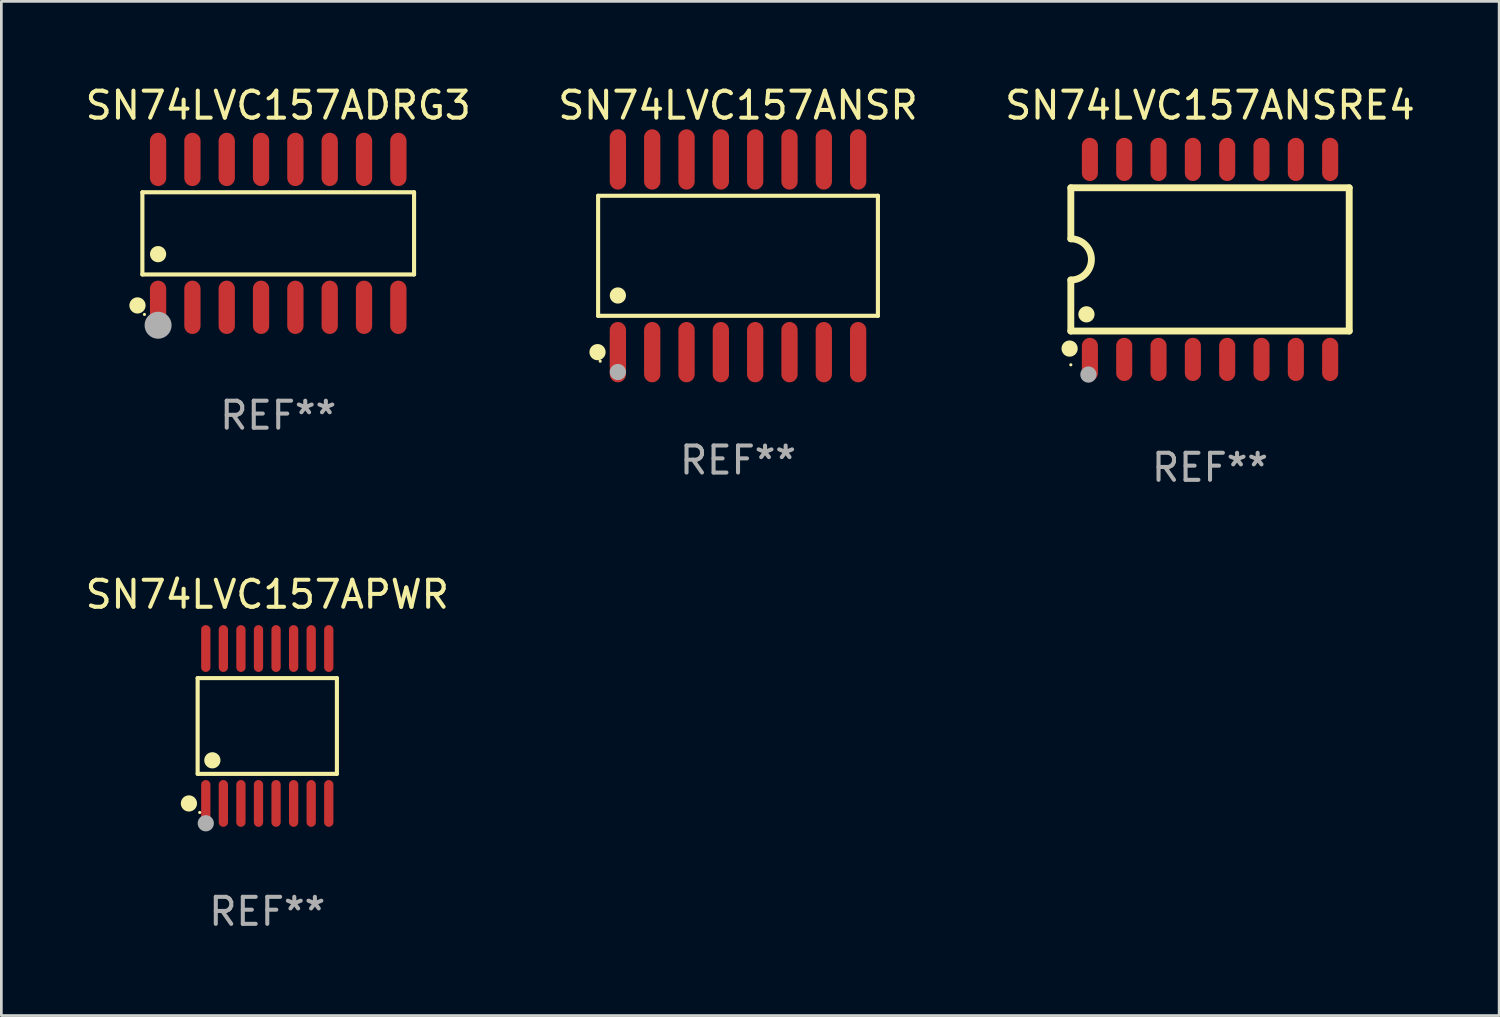
<source format=kicad_pcb>
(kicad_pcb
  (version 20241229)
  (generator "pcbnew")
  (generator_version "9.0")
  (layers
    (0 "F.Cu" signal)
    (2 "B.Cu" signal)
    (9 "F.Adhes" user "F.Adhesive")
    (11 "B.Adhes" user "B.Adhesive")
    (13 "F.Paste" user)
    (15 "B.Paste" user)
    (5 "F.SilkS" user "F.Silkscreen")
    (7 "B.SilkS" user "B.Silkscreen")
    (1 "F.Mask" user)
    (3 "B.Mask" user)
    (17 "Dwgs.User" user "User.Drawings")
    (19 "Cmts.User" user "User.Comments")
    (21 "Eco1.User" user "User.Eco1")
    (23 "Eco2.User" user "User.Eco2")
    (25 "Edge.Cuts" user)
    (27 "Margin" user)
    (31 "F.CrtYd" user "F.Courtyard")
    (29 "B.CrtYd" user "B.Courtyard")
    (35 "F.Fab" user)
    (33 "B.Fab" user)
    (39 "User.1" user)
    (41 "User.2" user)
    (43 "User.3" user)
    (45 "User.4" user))
  (footprint "SN74LVC157ADRG3"
    (layer "F.Cu")
    (at 7.244 5.584)
    (property "Reference" "SN74LVC157ADRG3" (at 0 -4.736 0) (layer "F.SilkS") (effects (font (size 1 1) (thickness 0.15))))
    (attr through_hole)
    (fp_line (start -5.026 -1.521) (end 5.026 -1.521) (stroke (width 0.152) (type solid)) (layer "F.SilkS"))
    (fp_line (start -5.026 1.521) (end -5.026 -1.521) (stroke (width 0.152) (type solid)) (layer "F.SilkS"))
    (fp_line (start 5.026 -1.521) (end 5.026 1.521) (stroke (width 0.152) (type solid)) (layer "F.SilkS"))
    (fp_line (start 5.026 1.521) (end -5.026 1.521) (stroke (width 0.152) (type solid)) (layer "F.SilkS"))
    (fp_circle (center -5.207 2.667) (end -5.057 2.667) (stroke (width 0.3) (type solid)) (fill no) (layer "F.SilkS"))
    (fp_circle (center -4.95 3) (end -4.92 3) (stroke (width 0.06) (type solid)) (fill no) (layer "F.SilkS"))
    (fp_circle (center -4.445 0.769) (end -4.295 0.769) (stroke (width 0.3) (type solid)) (fill no) (layer "F.SilkS"))
    (fp_circle (center -4.445 3.4) (end -4.195 3.4) (stroke (width 0.5) (type solid)) (fill no) (layer "F.Fab"))
    (fp_text user "REF**" (at 0 6.736 0) (layer "F.Fab") (effects (font (size 1 1) (thickness 0.15))))
    (pad "1" smd oval (at -4.445 2.736) (size 0.602 1.971) (layers "F.Cu" "F.Mask" "F.Paste"))
    (pad "2" smd oval (at -3.175 2.736) (size 0.602 1.971) (layers "F.Cu" "F.Mask" "F.Paste"))
    (pad "3" smd oval (at -1.905 2.736) (size 0.602 1.971) (layers "F.Cu" "F.Mask" "F.Paste"))
    (pad "4" smd oval (at -0.635 2.736) (size 0.602 1.971) (layers "F.Cu" "F.Mask" "F.Paste"))
    (pad "5" smd oval (at 0.635 2.736) (size 0.602 1.971) (layers "F.Cu" "F.Mask" "F.Paste"))
    (pad "6" smd oval (at 1.905 2.736) (size 0.602 1.971) (layers "F.Cu" "F.Mask" "F.Paste"))
    (pad "7" smd oval (at 3.175 2.736) (size 0.602 1.971) (layers "F.Cu" "F.Mask" "F.Paste"))
    (pad "8" smd oval (at 4.445 2.736) (size 0.602 1.971) (layers "F.Cu" "F.Mask" "F.Paste"))
    (pad "9" smd oval (at 4.445 -2.736) (size 0.602 1.971) (layers "F.Cu" "F.Mask" "F.Paste"))
    (pad "10" smd oval (at 3.175 -2.736) (size 0.602 1.971) (layers "F.Cu" "F.Mask" "F.Paste"))
    (pad "11" smd oval (at 1.905 -2.736) (size 0.602 1.971) (layers "F.Cu" "F.Mask" "F.Paste"))
    (pad "12" smd oval (at 0.635 -2.736) (size 0.602 1.971) (layers "F.Cu" "F.Mask" "F.Paste"))
    (pad "13" smd oval (at -0.635 -2.736) (size 0.602 1.971) (layers "F.Cu" "F.Mask" "F.Paste"))
    (pad "14" smd oval (at -1.905 -2.736) (size 0.602 1.971) (layers "F.Cu" "F.Mask" "F.Paste"))
    (pad "15" smd oval (at -3.175 -2.736) (size 0.602 1.971) (layers "F.Cu" "F.Mask" "F.Paste"))
    (pad "16" smd oval (at -4.445 -2.736) (size 0.602 1.971) (layers "F.Cu" "F.Mask" "F.Paste")))
  (footprint "SN74LVC157ANSR"
    (layer "F.Cu")
    (at 24.256 6.414)
    (property "Reference" "SN74LVC157ANSR" (at 0 -5.565 0) (layer "F.SilkS") (effects (font (size 1 1) (thickness 0.15))))
    (attr through_hole)
    (fp_line (start -5.176 -2.221) (end 5.176 -2.221) (stroke (width 0.152) (type solid)) (layer "F.SilkS"))
    (fp_line (start -5.176 2.221) (end -5.176 -2.221) (stroke (width 0.152) (type solid)) (layer "F.SilkS"))
    (fp_line (start 5.176 -2.221) (end 5.176 2.221) (stroke (width 0.152) (type solid)) (layer "F.SilkS"))
    (fp_line (start 5.176 2.221) (end -5.176 2.221) (stroke (width 0.152) (type solid)) (layer "F.SilkS"))
    (fp_circle (center -5.198 3.565) (end -5.048 3.565) (stroke (width 0.3) (type solid)) (fill no) (layer "F.SilkS"))
    (fp_circle (center -5.1 3.9) (end -5.07 3.9) (stroke (width 0.06) (type solid)) (fill no) (layer "F.SilkS"))
    (fp_circle (center -4.445 1.469) (end -4.295 1.469) (stroke (width 0.3) (type solid)) (fill no) (layer "F.SilkS"))
    (fp_circle (center -4.445 4.3) (end -4.295 4.3) (stroke (width 0.3) (type solid)) (fill no) (layer "F.Fab"))
    (fp_text user "REF**" (at 0 7.565 0) (layer "F.Fab") (effects (font (size 1 1) (thickness 0.15))))
    (pad "1" smd oval (at -4.445 3.565) (size 0.602 2.231) (layers "F.Cu" "F.Mask" "F.Paste"))
    (pad "2" smd oval (at -3.175 3.565) (size 0.602 2.231) (layers "F.Cu" "F.Mask" "F.Paste"))
    (pad "3" smd oval (at -1.905 3.565) (size 0.602 2.231) (layers "F.Cu" "F.Mask" "F.Paste"))
    (pad "4" smd oval (at -0.635 3.565) (size 0.602 2.231) (layers "F.Cu" "F.Mask" "F.Paste"))
    (pad "5" smd oval (at 0.635 3.565) (size 0.602 2.231) (layers "F.Cu" "F.Mask" "F.Paste"))
    (pad "6" smd oval (at 1.905 3.565) (size 0.602 2.231) (layers "F.Cu" "F.Mask" "F.Paste"))
    (pad "7" smd oval (at 3.175 3.565) (size 0.602 2.231) (layers "F.Cu" "F.Mask" "F.Paste"))
    (pad "8" smd oval (at 4.445 3.565) (size 0.602 2.231) (layers "F.Cu" "F.Mask" "F.Paste"))
    (pad "9" smd oval (at 4.445 -3.565) (size 0.602 2.231) (layers "F.Cu" "F.Mask" "F.Paste"))
    (pad "10" smd oval (at 3.175 -3.565) (size 0.602 2.231) (layers "F.Cu" "F.Mask" "F.Paste"))
    (pad "11" smd oval (at 1.905 -3.565) (size 0.602 2.231) (layers "F.Cu" "F.Mask" "F.Paste"))
    (pad "12" smd oval (at 0.635 -3.565) (size 0.602 2.231) (layers "F.Cu" "F.Mask" "F.Paste"))
    (pad "13" smd oval (at -0.635 -3.565) (size 0.602 2.231) (layers "F.Cu" "F.Mask" "F.Paste"))
    (pad "14" smd oval (at -1.905 -3.565) (size 0.602 2.231) (layers "F.Cu" "F.Mask" "F.Paste"))
    (pad "15" smd oval (at -3.175 -3.565) (size 0.602 2.231) (layers "F.Cu" "F.Mask" "F.Paste"))
    (pad "16" smd oval (at -4.445 -3.565) (size 0.602 2.231) (layers "F.Cu" "F.Mask" "F.Paste")))
  (footprint "SN74LVC157ANSRE4"
    (layer "F.Cu")
    (at 41.72 6.548)
    (property "Reference" "SN74LVC157ANSRE4" (at 0 -5.7 0) (layer "F.SilkS") (effects (font (size 1 1) (thickness 0.15))))
    (attr through_hole)
    (fp_line (start -5.15 -2.65) (end -5.15 -0.762) (stroke (width 0.254) (type solid)) (layer "F.SilkS"))
    (fp_line (start -5.15 -2.65) (end 5.15 -2.65) (stroke (width 0.254) (type solid)) (layer "F.SilkS"))
    (fp_line (start -5.15 2.65) (end -5.15 0.762) (stroke (width 0.254) (type solid)) (layer "F.SilkS"))
    (fp_line (start 5.15 -2.65) (end 5.15 2.65) (stroke (width 0.254) (type solid)) (layer "F.SilkS"))
    (fp_line (start 5.15 2.65) (end -5.15 2.65) (stroke (width 0.254) (type solid)) (layer "F.SilkS"))
    (fp_arc (start -5.151131 -0.762003) (mid -4.389128 -0.000559) (end -5.150013 0.762002) (stroke (width 0.254001) (type solid)) (layer "F.SilkS"))
    (fp_circle (center -5.195 3.299) (end -5.045 3.299) (stroke (width 0.3) (type solid)) (fill no) (layer "F.SilkS"))
    (fp_circle (center -5.15 3.9) (end -5.12 3.9) (stroke (width 0.06) (type solid)) (fill no) (layer "F.SilkS"))
    (fp_circle (center -4.572 2.032) (end -4.422 2.032) (stroke (width 0.3) (type solid)) (fill no) (layer "F.SilkS"))
    (fp_circle (center -4.5 4.26) (end -4.35 4.26) (stroke (width 0.3) (type solid)) (fill no) (layer "F.Fab"))
    (fp_text user "REF**" (at 0 7.7 0) (layer "F.Fab") (effects (font (size 1 1) (thickness 0.15))))
    (pad "1" smd oval (at -4.445 3.7) (size 0.595 1.598) (layers "F.Cu" "F.Mask" "F.Paste"))
    (pad "2" smd oval (at -3.175 3.7) (size 0.595 1.598) (layers "F.Cu" "F.Mask" "F.Paste"))
    (pad "3" smd oval (at -1.905 3.7) (size 0.595 1.598) (layers "F.Cu" "F.Mask" "F.Paste"))
    (pad "4" smd oval (at -0.635 3.7) (size 0.595 1.598) (layers "F.Cu" "F.Mask" "F.Paste"))
    (pad "5" smd oval (at 0.635 3.7) (size 0.595 1.598) (layers "F.Cu" "F.Mask" "F.Paste"))
    (pad "6" smd oval (at 1.905 3.7) (size 0.595 1.598) (layers "F.Cu" "F.Mask" "F.Paste"))
    (pad "7" smd oval (at 3.175 3.7) (size 0.595 1.598) (layers "F.Cu" "F.Mask" "F.Paste"))
    (pad "8" smd oval (at 4.445 3.7) (size 0.595 1.598) (layers "F.Cu" "F.Mask" "F.Paste"))
    (pad "9" smd oval (at 4.445 -3.7) (size 0.595 1.598) (layers "F.Cu" "F.Mask" "F.Paste"))
    (pad "10" smd oval (at 3.175 -3.7) (size 0.595 1.598) (layers "F.Cu" "F.Mask" "F.Paste"))
    (pad "11" smd oval (at 1.905 -3.7) (size 0.595 1.598) (layers "F.Cu" "F.Mask" "F.Paste"))
    (pad "12" smd oval (at 0.635 -3.7) (size 0.595 1.598) (layers "F.Cu" "F.Mask" "F.Paste"))
    (pad "13" smd oval (at -0.635 -3.7) (size 0.595 1.598) (layers "F.Cu" "F.Mask" "F.Paste"))
    (pad "14" smd oval (at -1.905 -3.7) (size 0.595 1.598) (layers "F.Cu" "F.Mask" "F.Paste"))
    (pad "15" smd oval (at -3.175 -3.7) (size 0.595 1.598) (layers "F.Cu" "F.Mask" "F.Paste"))
    (pad "16" smd oval (at -4.445 -3.7) (size 0.595 1.598) (layers "F.Cu" "F.Mask" "F.Paste")))
  (footprint "SN74LVC157APWR"
    (layer "F.Cu")
    (at 6.839 23.811)
    (property "Reference" "SN74LVC157APWR" (at 0 -4.866 0) (layer "F.SilkS") (effects (font (size 1 1) (thickness 0.15))))
    (attr through_hole)
    (fp_line (start -2.576 -1.772) (end 2.576 -1.772) (stroke (width 0.152) (type solid)) (layer "F.SilkS"))
    (fp_line (start -2.576 1.771) (end -2.576 -1.772) (stroke (width 0.152) (type solid)) (layer "F.SilkS"))
    (fp_line (start 2.576 -1.772) (end 2.576 1.771) (stroke (width 0.152) (type solid)) (layer "F.SilkS"))
    (fp_line (start 2.576 1.771) (end -2.576 1.771) (stroke (width 0.152) (type solid)) (layer "F.SilkS"))
    (fp_circle (center -2.899 2.866) (end -2.749 2.866) (stroke (width 0.3) (type solid)) (fill no) (layer "F.SilkS"))
    (fp_circle (center -2.5 3.2) (end -2.47 3.2) (stroke (width 0.06) (type solid)) (fill no) (layer "F.SilkS"))
    (fp_circle (center -2.032 1.27) (end -1.882 1.27) (stroke (width 0.3) (type solid)) (fill no) (layer "F.SilkS"))
    (fp_circle (center -2.275 3.6) (end -2.125 3.6) (stroke (width 0.3) (type solid)) (fill no) (layer "F.Fab"))
    (fp_text user "REF**" (at 0 6.866 0) (layer "F.Fab") (effects (font (size 1 1) (thickness 0.15))))
    (pad "1" smd oval (at -2.275 2.866) (size 0.343 1.731) (layers "F.Cu" "F.Mask" "F.Paste"))
    (pad "2" smd oval (at -1.625 2.866) (size 0.343 1.731) (layers "F.Cu" "F.Mask" "F.Paste"))
    (pad "3" smd oval (at -0.975 2.866) (size 0.343 1.731) (layers "F.Cu" "F.Mask" "F.Paste"))
    (pad "4" smd oval (at -0.325 2.866) (size 0.343 1.731) (layers "F.Cu" "F.Mask" "F.Paste"))
    (pad "5" smd oval (at 0.325 2.866) (size 0.343 1.731) (layers "F.Cu" "F.Mask" "F.Paste"))
    (pad "6" smd oval (at 0.975 2.866) (size 0.343 1.731) (layers "F.Cu" "F.Mask" "F.Paste"))
    (pad "7" smd oval (at 1.625 2.866) (size 0.343 1.731) (layers "F.Cu" "F.Mask" "F.Paste"))
    (pad "8" smd oval (at 2.275 2.866) (size 0.343 1.731) (layers "F.Cu" "F.Mask" "F.Paste"))
    (pad "9" smd oval (at 2.275 -2.866) (size 0.343 1.731) (layers "F.Cu" "F.Mask" "F.Paste"))
    (pad "10" smd oval (at 1.625 -2.866) (size 0.343 1.731) (layers "F.Cu" "F.Mask" "F.Paste"))
    (pad "11" smd oval (at 0.975 -2.866) (size 0.343 1.731) (layers "F.Cu" "F.Mask" "F.Paste"))
    (pad "12" smd oval (at 0.325 -2.866) (size 0.343 1.731) (layers "F.Cu" "F.Mask" "F.Paste"))
    (pad "13" smd oval (at -0.325 -2.866) (size 0.343 1.731) (layers "F.Cu" "F.Mask" "F.Paste"))
    (pad "14" smd oval (at -0.975 -2.866) (size 0.343 1.731) (layers "F.Cu" "F.Mask" "F.Paste"))
    (pad "15" smd oval (at -1.625 -2.866) (size 0.343 1.731) (layers "F.Cu" "F.Mask" "F.Paste"))
    (pad "16" smd oval (at -2.275 -2.866) (size 0.343 1.731) (layers "F.Cu" "F.Mask" "F.Paste")))
  (gr_rect
    (start -3 -3)
    (end 52.417 34.525)
    (stroke (width 0.1) (type default))
    (fill no)
    (layer "Edge.Cuts")))
</source>
